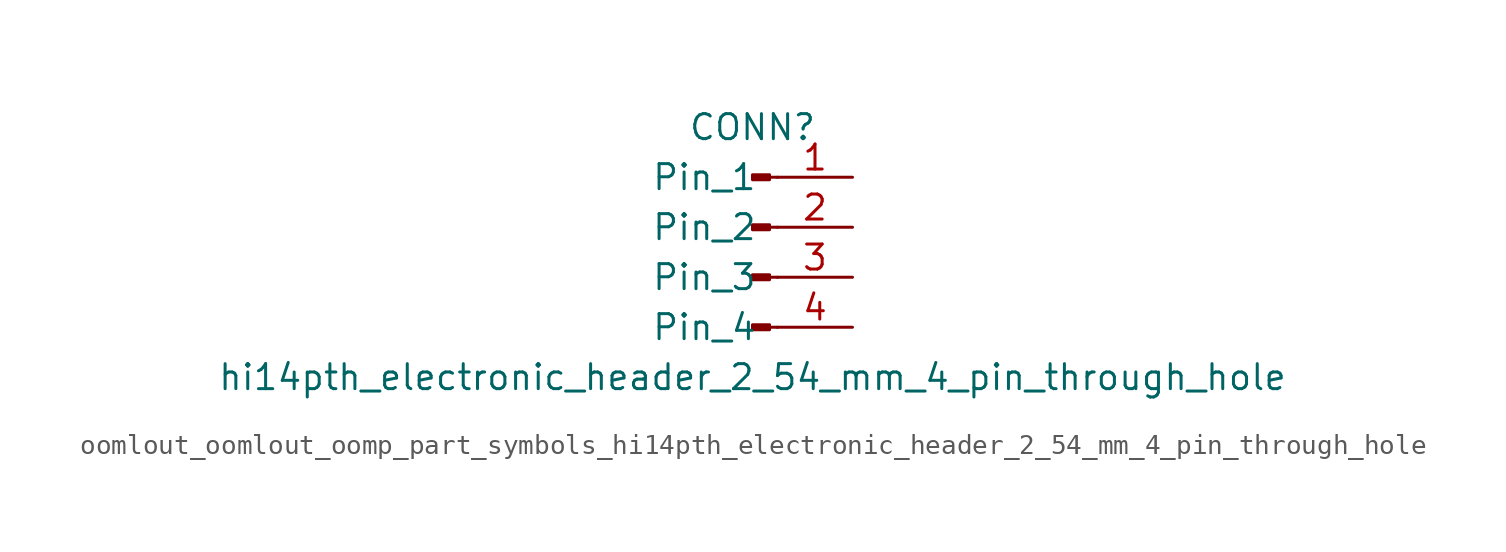
<source format=kicad_sym>
(kicad_symbol_lib
  (version 20220914)
  (generator kicad_symbol_editor)
  (symbol "oomlout_oomlout_oomp_part_symbols_hi14pth_electronic_header_2_54_mm_4_pin_through_hole"
    (pin_names
      (offset 1.016))
    (property "Reference" "CONN"
      (at 0 5.08 0)
      (effects (font (size 1.27 1.27))))
    (property "Value" "hi14pth_electronic_header_2_54_mm_4_pin_through_hole"
      (at 0 -7.62 0)
      (effects (font (size 1.27 1.27))))
    (property "ki_locked" ""
      (at 0 0 0)
      (effects (font (size 1.27 1.27))))
    (symbol "oomlout_oomlout_oomp_part_symbols_hi14pth_electronic_header_2_54_mm_4_pin_through_hole_1_1"
      (polyline (pts (xy 1.27 -5.08) (xy 0.864 -5.08)) (stroke (width 0.152) (type default)) (fill (type none)))
      (polyline (pts (xy 1.27 -2.54) (xy 0.864 -2.54)) (stroke (width 0.152) (type default)) (fill (type none)))
      (polyline (pts (xy 1.27 0) (xy 0.864 0)) (stroke (width 0.152) (type default)) (fill (type none)))
      (polyline (pts (xy 1.27 2.54) (xy 0.864 2.54)) (stroke (width 0.152) (type default)) (fill (type none)))
      (rectangle (start 0.864 -4.953) (end 0 -5.207) (stroke (width 0.152) (type default)) (fill (type outline)))
      (rectangle (start 0.864 -2.413) (end 0 -2.667) (stroke (width 0.152) (type default)) (fill (type outline)))
      (rectangle (start 0.864 0.127) (end 0 -0.127) (stroke (width 0.152) (type default)) (fill (type outline)))
      (rectangle (start 0.864 2.667) (end 0 2.413) (stroke (width 0.152) (type default)) (fill (type outline)))
      (pin passive line (at 5.08 2.54 180) (length 3.81) (name "Pin_1" (effects (font (size 1.27 1.27)))) (number "1" (effects (font (size 1.27 1.27)))))
      (pin passive line (at 5.08 0 180) (length 3.81) (name "Pin_2" (effects (font (size 1.27 1.27)))) (number "2" (effects (font (size 1.27 1.27)))))
      (pin passive line (at 5.08 -2.54 180) (length 3.81) (name "Pin_3" (effects (font (size 1.27 1.27)))) (number "3" (effects (font (size 1.27 1.27)))))
      (pin passive line (at 5.08 -5.08 180) (length 3.81) (name "Pin_4" (effects (font (size 1.27 1.27)))) (number "4" (effects (font (size 1.27 1.27))))))))
</source>
